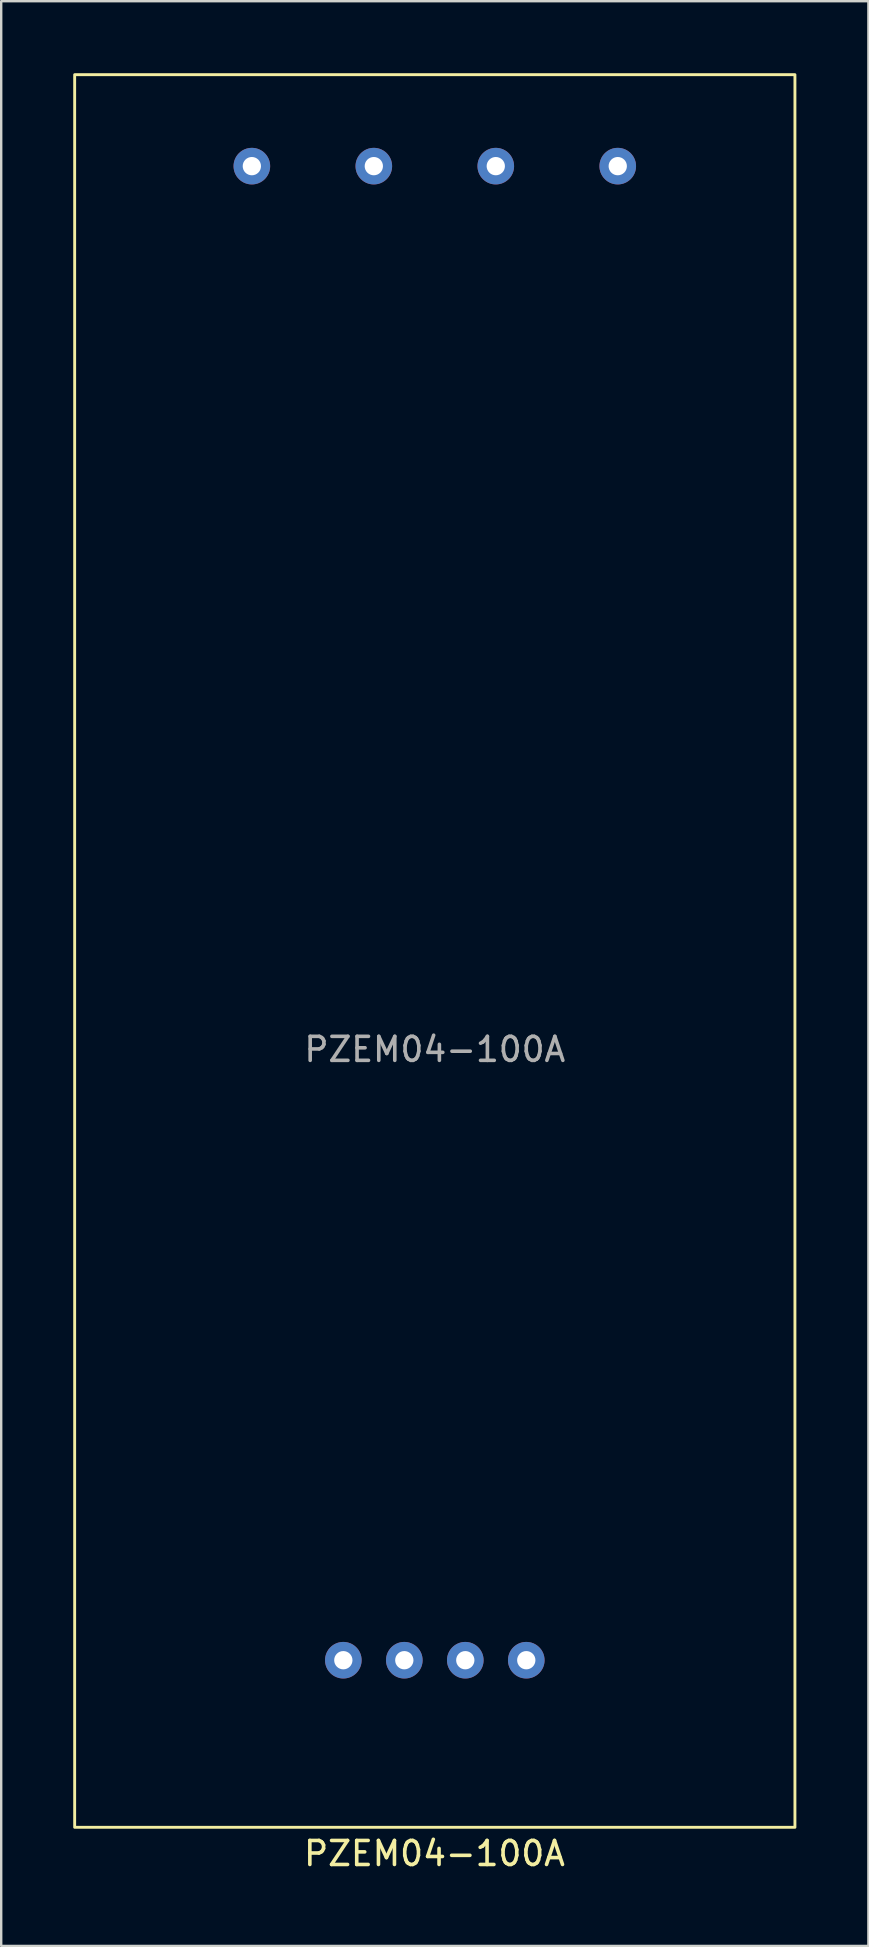
<source format=kicad_pcb>
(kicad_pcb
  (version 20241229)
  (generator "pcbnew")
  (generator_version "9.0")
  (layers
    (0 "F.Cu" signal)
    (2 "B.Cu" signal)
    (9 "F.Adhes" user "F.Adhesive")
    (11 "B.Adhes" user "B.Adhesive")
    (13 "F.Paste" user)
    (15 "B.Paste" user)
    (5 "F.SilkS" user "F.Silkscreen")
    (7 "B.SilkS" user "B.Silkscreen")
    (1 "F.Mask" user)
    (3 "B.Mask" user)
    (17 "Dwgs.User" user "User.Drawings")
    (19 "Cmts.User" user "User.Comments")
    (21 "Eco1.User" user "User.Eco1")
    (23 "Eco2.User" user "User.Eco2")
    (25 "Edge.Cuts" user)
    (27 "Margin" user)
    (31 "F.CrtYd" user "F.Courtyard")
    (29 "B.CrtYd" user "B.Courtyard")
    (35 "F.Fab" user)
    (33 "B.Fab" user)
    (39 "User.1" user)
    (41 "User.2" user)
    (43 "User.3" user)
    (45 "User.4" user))
  (footprint "PZEM04-100A"
    (layer "F.Cu")
    (at 15.046 41.132)
    (property "Reference" "PZEM04-100A" (at 0 33.02 0) (unlocked yes) (layer "F.SilkS") (effects (font (size 1 1) (thickness 0.15))))
    (attr through_hole)
    (fp_rect (start -14.986 -41.072) (end 15.014 31.928) (stroke (width 0.12) (type solid)) (fill no) (layer "F.SilkS"))
    (fp_text user "${REFERENCE}" (at 0.014 -0.472 0) (unlocked yes) (layer "F.Fab") (effects (font (size 1 1) (thickness 0.15))))
    (pad "1" thru_hole circle (at -3.796 24.968) (size 1.524 1.524) (drill 0.762) (layers "*.Cu" "*.Mask"))
    (pad "2" thru_hole circle (at -1.256 24.968) (size 1.524 1.524) (drill 0.762) (layers "*.Cu" "*.Mask"))
    (pad "3" thru_hole circle (at 1.284 24.968) (size 1.524 1.524) (drill 0.762) (layers "*.Cu" "*.Mask"))
    (pad "4" thru_hole circle (at 3.824 24.968) (size 1.524 1.524) (drill 0.762) (layers "*.Cu" "*.Mask"))
    (pad "5" thru_hole circle (at 7.634 -37.262) (size 1.524 1.524) (drill 0.762) (layers "*.Cu" "*.Mask"))
    (pad "6" thru_hole circle (at 2.554 -37.262) (size 1.524 1.524) (drill 0.762) (layers "*.Cu" "*.Mask"))
    (pad "7" thru_hole circle (at -2.526 -37.262) (size 1.524 1.524) (drill 0.762) (layers "*.Cu" "*.Mask"))
    (pad "8" thru_hole circle (at -7.606 -37.262) (size 1.524 1.524) (drill 0.762) (layers "*.Cu" "*.Mask")))
  (gr_rect
    (start -3 -3)
    (end 33.12 78)
    (stroke (width 0.1) (type default))
    (fill no)
    (layer "Edge.Cuts")))
</source>
